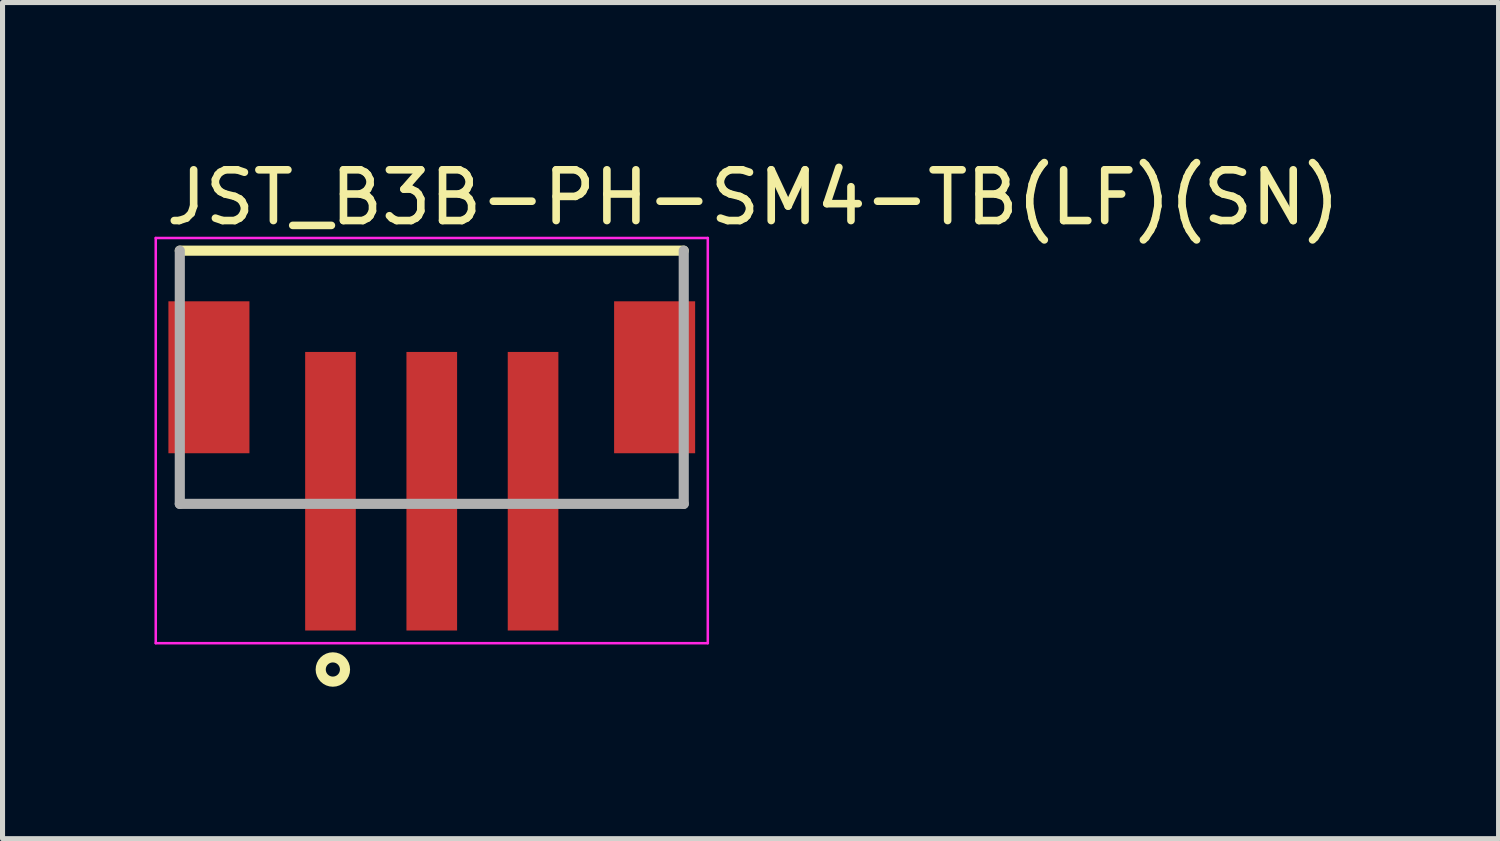
<source format=kicad_pcb>
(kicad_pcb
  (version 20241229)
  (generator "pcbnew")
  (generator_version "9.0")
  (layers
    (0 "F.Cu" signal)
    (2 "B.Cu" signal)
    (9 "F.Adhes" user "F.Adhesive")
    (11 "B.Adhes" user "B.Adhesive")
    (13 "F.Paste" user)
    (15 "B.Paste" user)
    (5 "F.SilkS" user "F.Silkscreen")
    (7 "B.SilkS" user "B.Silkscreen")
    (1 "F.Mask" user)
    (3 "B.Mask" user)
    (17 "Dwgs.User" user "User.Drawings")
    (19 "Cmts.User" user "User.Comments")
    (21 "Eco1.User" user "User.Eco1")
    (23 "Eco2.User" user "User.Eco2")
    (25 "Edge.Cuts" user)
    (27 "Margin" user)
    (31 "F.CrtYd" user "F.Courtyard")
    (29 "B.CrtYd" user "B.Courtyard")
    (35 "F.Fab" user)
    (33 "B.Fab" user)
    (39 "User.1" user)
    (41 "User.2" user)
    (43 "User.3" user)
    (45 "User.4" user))
  (footprint "JST_B3B-PH-SM4-TB(LF)(SN)"
    (layer "F.Cu")
    (at 5.475 4.399)
    (property "Reference" "JST_B3B-PH-SM4-TB(LF)(SN)" (at -5.325 -3.55 0) (layer "F.SilkS") (effects (font (size 1.002 1.002) (thickness 0.15)) (justify left)))
    (attr through_hole)
    (fp_line (start -4.975 -2.5) (end 4.975 -2.5) (stroke (width 0.2) (type solid)) (layer "F.SilkS"))
    (fp_circle (center -1.953 5.77) (end -1.713 5.77) (stroke (width 0.2) (type solid)) (fill no) (layer "F.SilkS"))
    (fp_line (start -5.45 -2.75) (end 5.45 -2.75) (stroke (width 0.05) (type solid)) (layer "F.CrtYd"))
    (fp_line (start -5.45 5.25) (end -5.45 -2.75) (stroke (width 0.05) (type solid)) (layer "F.CrtYd"))
    (fp_line (start 5.45 -2.75) (end 5.45 5.25) (stroke (width 0.05) (type solid)) (layer "F.CrtYd"))
    (fp_line (start 5.45 5.25) (end -5.45 5.25) (stroke (width 0.05) (type solid)) (layer "F.CrtYd"))
    (fp_line (start -4.975 2.5) (end -4.975 -2.5) (stroke (width 0.2) (type solid)) (layer "F.Fab"))
    (fp_line (start 4.975 -2.5) (end 4.975 2.5) (stroke (width 0.2) (type solid)) (layer "F.Fab"))
    (fp_line (start 4.975 2.5) (end -4.975 2.5) (stroke (width 0.2) (type solid)) (layer "F.Fab"))
    (pad "1" smd rect (at -2 2.25) (size 1 5.5) (layers "F.Cu" "F.Mask" "F.Paste"))
    (pad "2" smd rect (at 0 2.25) (size 1 5.5) (layers "F.Cu" "F.Mask" "F.Paste"))
    (pad "3" smd rect (at 2 2.25) (size 1 5.5) (layers "F.Cu" "F.Mask" "F.Paste"))
    (pad "4" smd rect (at 4.4 0) (size 1.6 3) (layers "F.Cu" "F.Mask" "F.Paste"))
    (pad "5" smd rect (at -4.4 0) (size 1.6 3) (layers "F.Cu" "F.Mask" "F.Paste")))
  (gr_rect
    (start -3 -3)
    (end 26.538 13.509)
    (stroke (width 0.1) (type default))
    (fill no)
    (layer "Edge.Cuts")))
</source>
